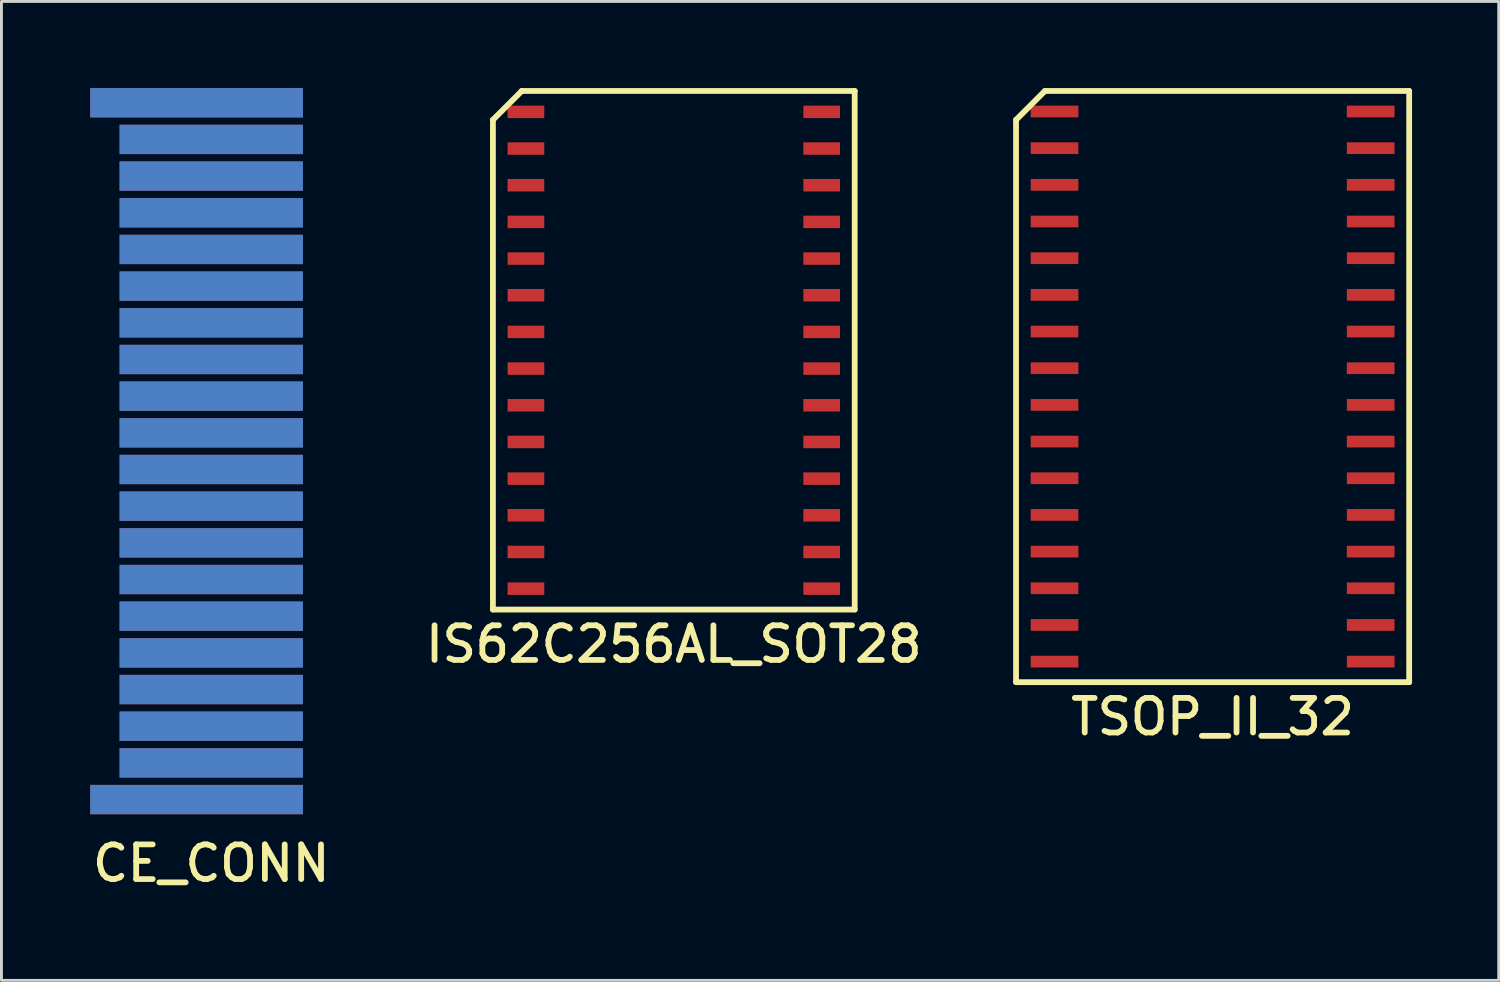
<source format=kicad_pcb>
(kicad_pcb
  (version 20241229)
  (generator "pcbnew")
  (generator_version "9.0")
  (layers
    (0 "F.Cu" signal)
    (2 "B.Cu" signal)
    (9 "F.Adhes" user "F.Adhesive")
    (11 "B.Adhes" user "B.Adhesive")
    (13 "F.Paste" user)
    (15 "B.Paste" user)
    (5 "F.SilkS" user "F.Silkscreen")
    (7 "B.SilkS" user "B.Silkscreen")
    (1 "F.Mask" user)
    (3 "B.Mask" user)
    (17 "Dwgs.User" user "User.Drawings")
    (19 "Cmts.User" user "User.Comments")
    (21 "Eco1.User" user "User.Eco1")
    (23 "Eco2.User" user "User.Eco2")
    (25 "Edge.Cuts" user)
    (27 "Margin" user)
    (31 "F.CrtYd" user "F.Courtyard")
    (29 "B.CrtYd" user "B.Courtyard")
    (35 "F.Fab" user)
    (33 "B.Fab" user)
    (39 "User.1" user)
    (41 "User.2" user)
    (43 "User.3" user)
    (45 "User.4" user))
  (footprint "TSOP_II_32"
    (layer "F.Cu")
    (at 38.941 10.336)
    (property "Reference" "TSOP_II_32" (at 0 11.436 0) (layer "F.SilkS") (effects (font (size 1.2 1.2) (thickness 0.2))))
    (attr through_hole)
    (fp_line (start -6.807 -9.236) (end -6.807 10.236) (stroke (width 0.2) (type solid)) (layer "F.SilkS"))
    (fp_line (start -6.807 10.236) (end 6.807 10.236) (stroke (width 0.2) (type solid)) (layer "F.SilkS"))
    (fp_line (start -5.807 -10.236) (end -6.807 -9.236) (stroke (width 0.2) (type solid)) (layer "F.SilkS"))
    (fp_line (start 6.807 -10.236) (end -5.807 -10.236) (stroke (width 0.2) (type solid)) (layer "F.SilkS"))
    (fp_line (start 6.807 10.236) (end 6.807 -10.236) (stroke (width 0.2) (type solid)) (layer "F.SilkS"))
    (pad "1" smd rect (at -5.474 -9.525) (size 1.651 0.406) (layers "F.Cu" "F.Mask" "F.Paste"))
    (pad "2" smd rect (at -5.474 -8.255) (size 1.651 0.406) (layers "F.Cu" "F.Mask" "F.Paste"))
    (pad "3" smd rect (at -5.474 -6.985) (size 1.651 0.406) (layers "F.Cu" "F.Mask" "F.Paste"))
    (pad "4" smd rect (at -5.474 -5.715) (size 1.651 0.406) (layers "F.Cu" "F.Mask" "F.Paste"))
    (pad "5" smd rect (at -5.474 -4.445) (size 1.651 0.406) (layers "F.Cu" "F.Mask" "F.Paste"))
    (pad "6" smd rect (at -5.474 -3.175) (size 1.651 0.406) (layers "F.Cu" "F.Mask" "F.Paste"))
    (pad "7" smd rect (at -5.474 -1.905) (size 1.651 0.406) (layers "F.Cu" "F.Mask" "F.Paste"))
    (pad "8" smd rect (at -5.474 -0.635) (size 1.651 0.406) (layers "F.Cu" "F.Mask" "F.Paste"))
    (pad "9" smd rect (at -5.474 0.635) (size 1.651 0.406) (layers "F.Cu" "F.Mask" "F.Paste"))
    (pad "10" smd rect (at -5.474 1.905) (size 1.651 0.406) (layers "F.Cu" "F.Mask" "F.Paste"))
    (pad "11" smd rect (at -5.474 3.175) (size 1.651 0.406) (layers "F.Cu" "F.Mask" "F.Paste"))
    (pad "12" smd rect (at -5.474 4.445) (size 1.651 0.406) (layers "F.Cu" "F.Mask" "F.Paste"))
    (pad "13" smd rect (at -5.474 5.715) (size 1.651 0.406) (layers "F.Cu" "F.Mask" "F.Paste"))
    (pad "14" smd rect (at -5.474 6.985) (size 1.651 0.406) (layers "F.Cu" "F.Mask" "F.Paste"))
    (pad "15" smd rect (at -5.474 8.255) (size 1.651 0.406) (layers "F.Cu" "F.Mask" "F.Paste"))
    (pad "16" smd rect (at -5.474 9.525) (size 1.651 0.406) (layers "F.Cu" "F.Mask" "F.Paste"))
    (pad "17" smd rect (at 5.474 9.525) (size 1.651 0.406) (layers "F.Cu" "F.Mask" "F.Paste"))
    (pad "18" smd rect (at 5.474 8.255) (size 1.651 0.406) (layers "F.Cu" "F.Mask" "F.Paste"))
    (pad "19" smd rect (at 5.474 6.985) (size 1.651 0.406) (layers "F.Cu" "F.Mask" "F.Paste"))
    (pad "20" smd rect (at 5.474 5.715) (size 1.651 0.406) (layers "F.Cu" "F.Mask" "F.Paste"))
    (pad "21" smd rect (at 5.474 4.445) (size 1.651 0.406) (layers "F.Cu" "F.Mask" "F.Paste"))
    (pad "22" smd rect (at 5.474 3.175) (size 1.651 0.406) (layers "F.Cu" "F.Mask" "F.Paste"))
    (pad "23" smd rect (at 5.474 1.905) (size 1.651 0.406) (layers "F.Cu" "F.Mask" "F.Paste"))
    (pad "24" smd rect (at 5.474 0.635) (size 1.651 0.406) (layers "F.Cu" "F.Mask" "F.Paste"))
    (pad "25" smd rect (at 5.474 -0.635) (size 1.651 0.406) (layers "F.Cu" "F.Mask" "F.Paste"))
    (pad "26" smd rect (at 5.474 -1.905) (size 1.651 0.406) (layers "F.Cu" "F.Mask" "F.Paste"))
    (pad "27" smd rect (at 5.474 -3.175) (size 1.651 0.406) (layers "F.Cu" "F.Mask" "F.Paste"))
    (pad "28" smd rect (at 5.474 -4.445) (size 1.651 0.406) (layers "F.Cu" "F.Mask" "F.Paste"))
    (pad "29" smd rect (at 5.474 -5.715) (size 1.651 0.406) (layers "F.Cu" "F.Mask" "F.Paste"))
    (pad "30" smd rect (at 5.474 -6.985) (size 1.651 0.406) (layers "F.Cu" "F.Mask" "F.Paste"))
    (pad "31" smd rect (at 5.474 -8.255) (size 1.651 0.406) (layers "F.Cu" "F.Mask" "F.Paste"))
    (pad "32" smd rect (at 5.474 -9.525) (size 1.651 0.406) (layers "F.Cu" "F.Mask" "F.Paste")))
  (footprint "CE_CONN"
    (layer "F.Cu")
    (at 4.266 12.573)
    (property "Reference" "CE_CONN" (at 0 14.273 0) (layer "F.SilkS") (effects (font (size 1.2 1.2) (thickness 0.2))))
    (attr through_hole)
    (pad "1" smd rect (at -0.508 -12.065) (size 7.366 1.016) (layers "F.Cu" "F.Mask"))
    (pad "2" smd rect (at 0 -10.795) (size 6.35 1.016) (layers "F.Cu" "F.Mask"))
    (pad "3" smd rect (at 0 -9.525) (size 6.35 1.016) (layers "F.Cu" "F.Mask"))
    (pad "4" smd rect (at 0 -8.255) (size 6.35 1.016) (layers "F.Cu" "F.Mask"))
    (pad "5" smd rect (at 0 -6.985) (size 6.35 1.016) (layers "F.Cu" "F.Mask"))
    (pad "6" smd rect (at 0 -5.715) (size 6.35 1.016) (layers "F.Cu" "F.Mask"))
    (pad "7" smd rect (at 0 -4.445) (size 6.35 1.016) (layers "F.Cu" "F.Mask"))
    (pad "8" smd rect (at 0 -3.175) (size 6.35 1.016) (layers "F.Cu" "F.Mask"))
    (pad "9" smd rect (at 0 -1.905) (size 6.35 1.016) (layers "F.Cu" "F.Mask"))
    (pad "10" smd rect (at 0 -0.635) (size 6.35 1.016) (layers "F.Cu" "F.Mask"))
    (pad "11" smd rect (at 0 0.635) (size 6.35 1.016) (layers "F.Cu" "F.Mask"))
    (pad "12" smd rect (at 0 1.905) (size 6.35 1.016) (layers "F.Cu" "F.Mask"))
    (pad "13" smd rect (at 0 3.175) (size 6.35 1.016) (layers "F.Cu" "F.Mask"))
    (pad "14" smd rect (at 0 4.445) (size 6.35 1.016) (layers "F.Cu" "F.Mask"))
    (pad "15" smd rect (at 0 5.715) (size 6.35 1.016) (layers "F.Cu" "F.Mask"))
    (pad "16" smd rect (at 0 6.985) (size 6.35 1.016) (layers "F.Cu" "F.Mask"))
    (pad "17" smd rect (at 0 8.255) (size 6.35 1.016) (layers "F.Cu" "F.Mask"))
    (pad "18" smd rect (at 0 9.525) (size 6.35 1.016) (layers "F.Cu" "F.Mask"))
    (pad "19" smd rect (at 0 10.795) (size 6.35 1.016) (layers "F.Cu" "F.Mask"))
    (pad "20" smd rect (at -0.508 12.065) (size 7.366 1.016) (layers "F.Cu" "F.Mask"))
    (pad "21" smd rect (at -0.508 -12.065) (size 7.366 1.016) (layers "B.Cu" "B.Mask"))
    (pad "22" smd rect (at 0 -10.795) (size 6.35 1.016) (layers "B.Cu" "B.Mask"))
    (pad "23" smd rect (at 0 -9.525) (size 6.35 1.016) (layers "B.Cu" "B.Mask"))
    (pad "24" smd rect (at 0 -8.255) (size 6.35 1.016) (layers "B.Cu" "B.Mask"))
    (pad "25" smd rect (at 0 -6.985) (size 6.35 1.016) (layers "B.Cu" "B.Mask"))
    (pad "26" smd rect (at 0 -5.715) (size 6.35 1.016) (layers "B.Cu" "B.Mask"))
    (pad "27" smd rect (at 0 -4.445) (size 6.35 1.016) (layers "B.Cu" "B.Mask"))
    (pad "28" smd rect (at 0 -3.175) (size 6.35 1.016) (layers "B.Cu" "B.Mask"))
    (pad "29" smd rect (at 0 -1.905) (size 6.35 1.016) (layers "B.Cu" "B.Mask"))
    (pad "30" smd rect (at 0 -0.635) (size 6.35 1.016) (layers "B.Cu" "B.Mask"))
    (pad "31" smd rect (at 0 0.635) (size 6.35 1.016) (layers "B.Cu" "B.Mask"))
    (pad "32" smd rect (at 0 1.905) (size 6.35 1.016) (layers "B.Cu" "B.Mask"))
    (pad "33" smd rect (at 0 3.175) (size 6.35 1.016) (layers "B.Cu" "B.Mask"))
    (pad "34" smd rect (at 0 4.445) (size 6.35 1.016) (layers "B.Cu" "B.Mask"))
    (pad "35" smd rect (at 0 5.715) (size 6.35 1.016) (layers "B.Cu" "B.Mask"))
    (pad "36" smd rect (at 0 6.985) (size 6.35 1.016) (layers "B.Cu" "B.Mask"))
    (pad "37" smd rect (at 0 8.255) (size 6.35 1.016) (layers "B.Cu" "B.Mask"))
    (pad "38" smd rect (at 0 9.525) (size 6.35 1.016) (layers "B.Cu" "B.Mask"))
    (pad "39" smd rect (at 0 10.795) (size 6.35 1.016) (layers "B.Cu" "B.Mask"))
    (pad "40" smd rect (at -0.508 12.065) (size 7.366 1.016) (layers "B.Cu" "B.Mask")))
  (footprint "IS62C256AL_SOT28"
    (layer "F.Cu")
    (at 20.283 9.079)
    (property "Reference" "IS62C256AL_SOT28" (at 0 10.179 0) (layer "F.SilkS") (effects (font (size 1.2 1.2) (thickness 0.2))))
    (attr through_hole)
    (fp_line (start -6.264 -7.979) (end -6.264 8.979) (stroke (width 0.2) (type solid)) (layer "F.SilkS"))
    (fp_line (start -6.264 8.979) (end 6.264 8.979) (stroke (width 0.2) (type solid)) (layer "F.SilkS"))
    (fp_line (start -5.264 -8.979) (end -6.264 -7.979) (stroke (width 0.2) (type solid)) (layer "F.SilkS"))
    (fp_line (start 6.264 -8.979) (end -5.264 -8.979) (stroke (width 0.2) (type solid)) (layer "F.SilkS"))
    (fp_line (start 6.264 8.979) (end 6.264 -8.979) (stroke (width 0.2) (type solid)) (layer "F.SilkS"))
    (pad "1" smd rect (at -5.121 -8.255) (size 1.27 0.432) (layers "F.Cu" "F.Mask" "F.Paste"))
    (pad "2" smd rect (at -5.121 -6.985) (size 1.27 0.432) (layers "F.Cu" "F.Mask" "F.Paste"))
    (pad "3" smd rect (at -5.121 -5.715) (size 1.27 0.432) (layers "F.Cu" "F.Mask" "F.Paste"))
    (pad "4" smd rect (at -5.121 -4.445) (size 1.27 0.432) (layers "F.Cu" "F.Mask" "F.Paste"))
    (pad "5" smd rect (at -5.121 -3.175) (size 1.27 0.432) (layers "F.Cu" "F.Mask" "F.Paste"))
    (pad "6" smd rect (at -5.121 -1.905) (size 1.27 0.432) (layers "F.Cu" "F.Mask" "F.Paste"))
    (pad "7" smd rect (at -5.121 -0.635) (size 1.27 0.432) (layers "F.Cu" "F.Mask" "F.Paste"))
    (pad "8" smd rect (at -5.121 0.635) (size 1.27 0.432) (layers "F.Cu" "F.Mask" "F.Paste"))
    (pad "9" smd rect (at -5.121 1.905) (size 1.27 0.432) (layers "F.Cu" "F.Mask" "F.Paste"))
    (pad "10" smd rect (at -5.121 3.175) (size 1.27 0.432) (layers "F.Cu" "F.Mask" "F.Paste"))
    (pad "11" smd rect (at -5.121 4.445) (size 1.27 0.432) (layers "F.Cu" "F.Mask" "F.Paste"))
    (pad "12" smd rect (at -5.121 5.715) (size 1.27 0.432) (layers "F.Cu" "F.Mask" "F.Paste"))
    (pad "13" smd rect (at -5.121 6.985) (size 1.27 0.432) (layers "F.Cu" "F.Mask" "F.Paste"))
    (pad "14" smd rect (at -5.121 8.255) (size 1.27 0.432) (layers "F.Cu" "F.Mask" "F.Paste"))
    (pad "15" smd rect (at 5.121 8.255) (size 1.27 0.432) (layers "F.Cu" "F.Mask" "F.Paste"))
    (pad "16" smd rect (at 5.121 6.985) (size 1.27 0.432) (layers "F.Cu" "F.Mask" "F.Paste"))
    (pad "17" smd rect (at 5.121 5.715) (size 1.27 0.432) (layers "F.Cu" "F.Mask" "F.Paste"))
    (pad "18" smd rect (at 5.121 4.445) (size 1.27 0.432) (layers "F.Cu" "F.Mask" "F.Paste"))
    (pad "19" smd rect (at 5.121 3.175) (size 1.27 0.432) (layers "F.Cu" "F.Mask" "F.Paste"))
    (pad "20" smd rect (at 5.121 1.905) (size 1.27 0.432) (layers "F.Cu" "F.Mask" "F.Paste"))
    (pad "21" smd rect (at 5.121 0.635) (size 1.27 0.432) (layers "F.Cu" "F.Mask" "F.Paste"))
    (pad "22" smd rect (at 5.121 -0.635) (size 1.27 0.432) (layers "F.Cu" "F.Mask" "F.Paste"))
    (pad "23" smd rect (at 5.121 -1.905) (size 1.27 0.432) (layers "F.Cu" "F.Mask" "F.Paste"))
    (pad "24" smd rect (at 5.121 -3.175) (size 1.27 0.432) (layers "F.Cu" "F.Mask" "F.Paste"))
    (pad "25" smd rect (at 5.121 -4.445) (size 1.27 0.432) (layers "F.Cu" "F.Mask" "F.Paste"))
    (pad "26" smd rect (at 5.121 -5.715) (size 1.27 0.432) (layers "F.Cu" "F.Mask" "F.Paste"))
    (pad "27" smd rect (at 5.121 -6.985) (size 1.27 0.432) (layers "F.Cu" "F.Mask" "F.Paste"))
    (pad "28" smd rect (at 5.121 -8.255) (size 1.27 0.432) (layers "F.Cu" "F.Mask" "F.Paste")))
  (gr_rect
    (start -3 -3)
    (end 48.849 30.899)
    (stroke (width 0.1) (type default))
    (fill no)
    (layer "Edge.Cuts")))
</source>
